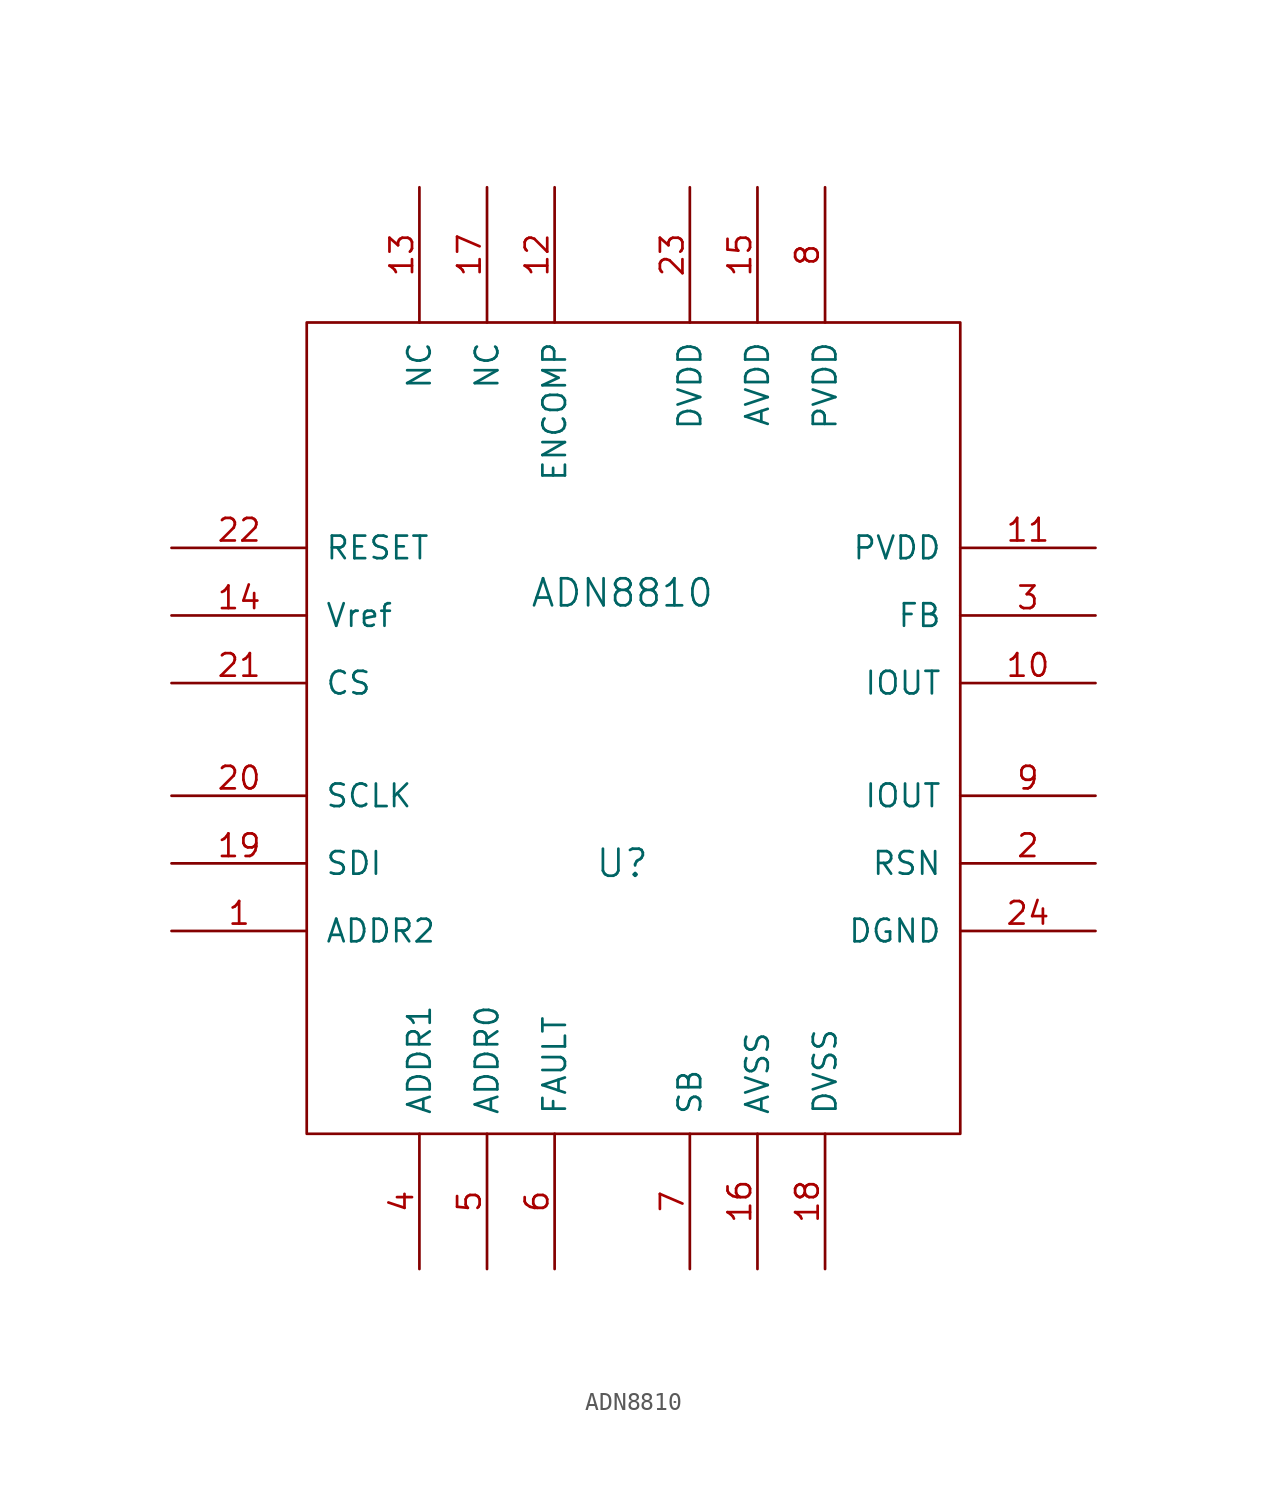
<source format=kicad_sym>
(kicad_symbol_lib
  (version 20211014)
  (generator kicad_symbol_editor)
  (symbol "ADN8810"
    (pin_names
      (offset 1.016))
    (property "Reference" "U"
      (at 0 -6.35 0)
      (effects (font (size 1.524 1.524))))
    (property "Value" "ADN8810"
      (at 0 8.89 0)
      (effects (font (size 1.524 1.524))))
    (property "Footprint" ""
      (at 0 0 0)
      (effects (font (size 1.524 1.524))))
    (property "Datasheet" ""
      (at 0 0 0)
      (effects (font (size 1.524 1.524))))
    (symbol "ADN8810_0_1"
      (rectangle (start -17.78 24.13) (end 19.05 -21.59) (stroke (width 0) (type default) (color 0 0 0 0)) (fill (type none))))
    (symbol "ADN8810_1_1"
      (pin bidirectional line (at -25.4 -10.16 0) (length 7.62) (name "ADDR2" (effects (font (size 1.27 1.27)))) (number "1" (effects (font (size 1.27 1.27)))))
      (pin bidirectional line (at 26.67 3.81 180) (length 7.62) (name "IOUT" (effects (font (size 1.27 1.27)))) (number "10" (effects (font (size 1.27 1.27)))))
      (pin bidirectional line (at 26.67 11.43 180) (length 7.62) (name "PVDD" (effects (font (size 1.27 1.27)))) (number "11" (effects (font (size 1.27 1.27)))))
      (pin bidirectional line (at -3.81 31.75 270) (length 7.62) (name "ENCOMP" (effects (font (size 1.27 1.27)))) (number "12" (effects (font (size 1.27 1.27)))))
      (pin bidirectional line (at -11.43 31.75 270) (length 7.62) (name "NC" (effects (font (size 1.27 1.27)))) (number "13" (effects (font (size 1.27 1.27)))))
      (pin bidirectional line (at -25.4 7.62 0) (length 7.62) (name "Vref" (effects (font (size 1.27 1.27)))) (number "14" (effects (font (size 1.27 1.27)))))
      (pin bidirectional line (at 7.62 31.75 270) (length 7.62) (name "AVDD" (effects (font (size 1.27 1.27)))) (number "15" (effects (font (size 1.27 1.27)))))
      (pin bidirectional line (at 7.62 -29.21 90) (length 7.62) (name "AVSS" (effects (font (size 1.27 1.27)))) (number "16" (effects (font (size 1.27 1.27)))))
      (pin bidirectional line (at -7.62 31.75 270) (length 7.62) (name "NC" (effects (font (size 1.27 1.27)))) (number "17" (effects (font (size 1.27 1.27)))))
      (pin bidirectional line (at 11.43 -29.21 90) (length 7.62) (name "DVSS" (effects (font (size 1.27 1.27)))) (number "18" (effects (font (size 1.27 1.27)))))
      (pin bidirectional line (at -25.4 -6.35 0) (length 7.62) (name "SDI" (effects (font (size 1.27 1.27)))) (number "19" (effects (font (size 1.27 1.27)))))
      (pin bidirectional line (at 26.67 -6.35 180) (length 7.62) (name "RSN" (effects (font (size 1.27 1.27)))) (number "2" (effects (font (size 1.27 1.27)))))
      (pin bidirectional line (at -25.4 -2.54 0) (length 7.62) (name "SCLK" (effects (font (size 1.27 1.27)))) (number "20" (effects (font (size 1.27 1.27)))))
      (pin bidirectional line (at -25.4 3.81 0) (length 7.62) (name "CS" (effects (font (size 1.27 1.27)))) (number "21" (effects (font (size 1.27 1.27)))))
      (pin bidirectional line (at -25.4 11.43 0) (length 7.62) (name "RESET" (effects (font (size 1.27 1.27)))) (number "22" (effects (font (size 1.27 1.27)))))
      (pin bidirectional line (at 3.81 31.75 270) (length 7.62) (name "DVDD" (effects (font (size 1.27 1.27)))) (number "23" (effects (font (size 1.27 1.27)))))
      (pin bidirectional line (at 26.67 -10.16 180) (length 7.62) (name "DGND" (effects (font (size 1.27 1.27)))) (number "24" (effects (font (size 1.27 1.27)))))
      (pin bidirectional line (at 26.67 7.62 180) (length 7.62) (name "FB" (effects (font (size 1.27 1.27)))) (number "3" (effects (font (size 1.27 1.27)))))
      (pin bidirectional line (at -11.43 -29.21 90) (length 7.62) (name "ADDR1" (effects (font (size 1.27 1.27)))) (number "4" (effects (font (size 1.27 1.27)))))
      (pin bidirectional line (at -7.62 -29.21 90) (length 7.62) (name "ADDR0" (effects (font (size 1.27 1.27)))) (number "5" (effects (font (size 1.27 1.27)))))
      (pin bidirectional line (at -3.81 -29.21 90) (length 7.62) (name "FAULT" (effects (font (size 1.27 1.27)))) (number "6" (effects (font (size 1.27 1.27)))))
      (pin bidirectional line (at 3.81 -29.21 90) (length 7.62) (name "SB" (effects (font (size 1.27 1.27)))) (number "7" (effects (font (size 1.27 1.27)))))
      (pin bidirectional line (at 11.43 31.75 270) (length 7.62) (name "PVDD" (effects (font (size 1.27 1.27)))) (number "8" (effects (font (size 1.27 1.27)))))
      (pin bidirectional line (at 26.67 -2.54 180) (length 7.62) (name "IOUT" (effects (font (size 1.27 1.27)))) (number "9" (effects (font (size 1.27 1.27))))))))
</source>
